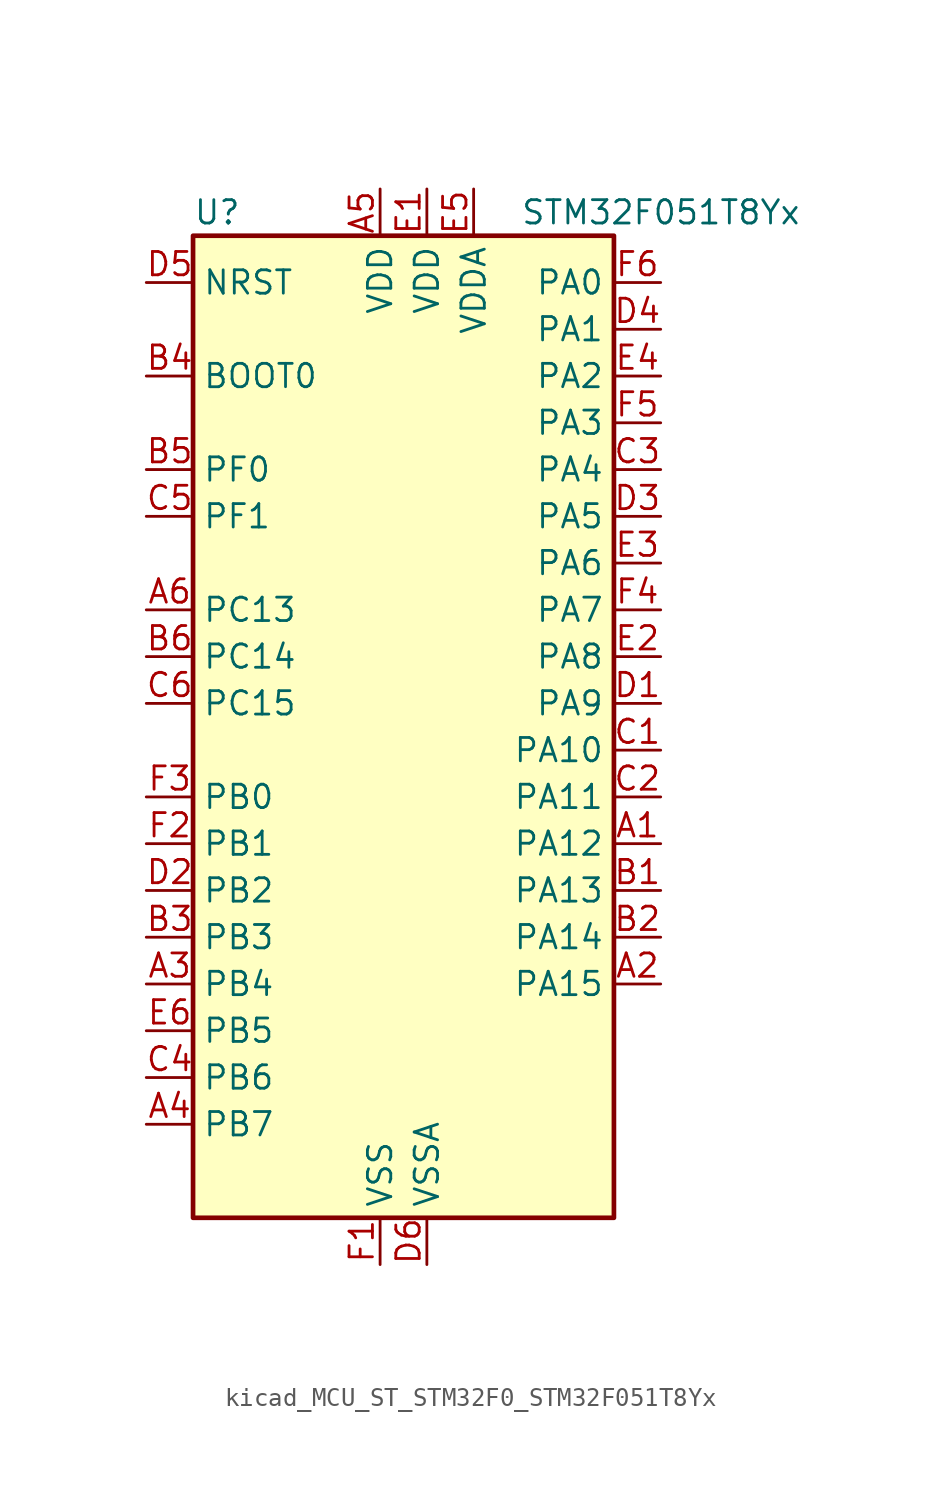
<source format=kicad_sym>
(kicad_symbol_lib
  (version 20220914)
  (generator kicad_symbol_editor)
  (symbol "kicad_MCU_ST_STM32F0_STM32F051T8Yx"
    (property "Reference" "U"
      (at -10.16 29.21 0)
      (effects (font (size 1.27 1.27)) (justify left)))
    (property "Value" "STM32F051T8Yx"
      (at 7.62 29.21 0)
      (effects (font (size 1.27 1.27)) (justify left)))
    (property "ki_locked" ""
      (at 0 0 0)
      (effects (font (size 1.27 1.27))))
    (symbol "kicad_MCU_ST_STM32F0_STM32F051T8Yx_0_1"
      (rectangle (start -10.16 -25.4) (end 12.7 27.94) (stroke (width 0.254) (type default)) (fill (type background))))
    (symbol "kicad_MCU_ST_STM32F0_STM32F051T8Yx_1_1"
      (pin bidirectional line (at 15.24 -5.08 180) (length 2.54) (name "PA12" (effects (font (size 1.27 1.27)))) (number "A1" (effects (font (size 1.27 1.27)))) (alternate "COMP2_OUT" bidirectional line) (alternate "TIM1_ETR" bidirectional line) (alternate "TSC_G4_IO4" bidirectional line) (alternate "USART1_DE" bidirectional line) (alternate "USART1_RTS" bidirectional line))
      (pin bidirectional line (at 15.24 -12.7 180) (length 2.54) (name "PA15" (effects (font (size 1.27 1.27)))) (number "A2" (effects (font (size 1.27 1.27)))) (alternate "I2S1_WS" bidirectional line) (alternate "SPI1_NSS" bidirectional line) (alternate "TIM2_CH1" bidirectional line) (alternate "TIM2_ETR" bidirectional line) (alternate "USART2_RX" bidirectional line))
      (pin bidirectional line (at -12.7 -12.7 0) (length 2.54) (name "PB4" (effects (font (size 1.27 1.27)))) (number "A3" (effects (font (size 1.27 1.27)))) (alternate "I2S1_MCK" bidirectional line) (alternate "SPI1_MISO" bidirectional line) (alternate "TIM3_CH1" bidirectional line) (alternate "TSC_G5_IO2" bidirectional line))
      (pin bidirectional line (at -12.7 -20.32 0) (length 2.54) (name "PB7" (effects (font (size 1.27 1.27)))) (number "A4" (effects (font (size 1.27 1.27)))) (alternate "I2C1_SDA" bidirectional line) (alternate "TIM17_CH1N" bidirectional line) (alternate "TSC_G5_IO4" bidirectional line) (alternate "USART1_RX" bidirectional line))
      (pin power_in line (at 0 30.48 270) (length 2.54) (name "VDD" (effects (font (size 1.27 1.27)))) (number "A5" (effects (font (size 1.27 1.27)))))
      (pin bidirectional line (at -12.7 7.62 0) (length 2.54) (name "PC13" (effects (font (size 1.27 1.27)))) (number "A6" (effects (font (size 1.27 1.27)))) (alternate "RTC_OUT_ALARM" bidirectional line) (alternate "RTC_OUT_CALIB" bidirectional line) (alternate "RTC_TAMP1" bidirectional line) (alternate "RTC_TS" bidirectional line) (alternate "SYS_WKUP2" bidirectional line))
      (pin bidirectional line (at 15.24 -7.62 180) (length 2.54) (name "PA13" (effects (font (size 1.27 1.27)))) (number "B1" (effects (font (size 1.27 1.27)))) (alternate "IR_OUT" bidirectional line) (alternate "SYS_SWDIO" bidirectional line))
      (pin bidirectional line (at 15.24 -10.16 180) (length 2.54) (name "PA14" (effects (font (size 1.27 1.27)))) (number "B2" (effects (font (size 1.27 1.27)))) (alternate "SYS_SWCLK" bidirectional line) (alternate "USART2_TX" bidirectional line))
      (pin bidirectional line (at -12.7 -10.16 0) (length 2.54) (name "PB3" (effects (font (size 1.27 1.27)))) (number "B3" (effects (font (size 1.27 1.27)))) (alternate "I2S1_CK" bidirectional line) (alternate "SPI1_SCK" bidirectional line) (alternate "TIM2_CH2" bidirectional line) (alternate "TSC_G5_IO1" bidirectional line))
      (pin input line (at -12.7 20.32 0) (length 2.54) (name "BOOT0" (effects (font (size 1.27 1.27)))) (number "B4" (effects (font (size 1.27 1.27)))))
      (pin bidirectional line (at -12.7 15.24 0) (length 2.54) (name "PF0" (effects (font (size 1.27 1.27)))) (number "B5" (effects (font (size 1.27 1.27)))) (alternate "RCC_OSC_IN" bidirectional line))
      (pin bidirectional line (at -12.7 5.08 0) (length 2.54) (name "PC14" (effects (font (size 1.27 1.27)))) (number "B6" (effects (font (size 1.27 1.27)))) (alternate "RCC_OSC32_IN" bidirectional line))
      (pin bidirectional line (at 15.24 0 180) (length 2.54) (name "PA10" (effects (font (size 1.27 1.27)))) (number "C1" (effects (font (size 1.27 1.27)))) (alternate "TIM17_BKIN" bidirectional line) (alternate "TIM1_CH3" bidirectional line) (alternate "TSC_G4_IO2" bidirectional line) (alternate "USART1_RX" bidirectional line))
      (pin bidirectional line (at 15.24 -2.54 180) (length 2.54) (name "PA11" (effects (font (size 1.27 1.27)))) (number "C2" (effects (font (size 1.27 1.27)))) (alternate "COMP1_OUT" bidirectional line) (alternate "TIM1_CH4" bidirectional line) (alternate "TSC_G4_IO3" bidirectional line) (alternate "USART1_CTS" bidirectional line))
      (pin bidirectional line (at 15.24 15.24 180) (length 2.54) (name "PA4" (effects (font (size 1.27 1.27)))) (number "C3" (effects (font (size 1.27 1.27)))) (alternate "ADC_IN4" bidirectional line) (alternate "COMP1_INM" bidirectional line) (alternate "COMP2_INM" bidirectional line) (alternate "DAC1_OUT1" bidirectional line) (alternate "I2S1_WS" bidirectional line) (alternate "SPI1_NSS" bidirectional line) (alternate "TIM14_CH1" bidirectional line) (alternate "TSC_G2_IO1" bidirectional line) (alternate "USART2_CK" bidirectional line))
      (pin bidirectional line (at -12.7 -17.78 0) (length 2.54) (name "PB6" (effects (font (size 1.27 1.27)))) (number "C4" (effects (font (size 1.27 1.27)))) (alternate "I2C1_SCL" bidirectional line) (alternate "TIM16_CH1N" bidirectional line) (alternate "TSC_G5_IO3" bidirectional line) (alternate "USART1_TX" bidirectional line))
      (pin bidirectional line (at -12.7 12.7 0) (length 2.54) (name "PF1" (effects (font (size 1.27 1.27)))) (number "C5" (effects (font (size 1.27 1.27)))) (alternate "RCC_OSC_OUT" bidirectional line))
      (pin bidirectional line (at -12.7 2.54 0) (length 2.54) (name "PC15" (effects (font (size 1.27 1.27)))) (number "C6" (effects (font (size 1.27 1.27)))) (alternate "RCC_OSC32_OUT" bidirectional line))
      (pin bidirectional line (at 15.24 2.54 180) (length 2.54) (name "PA9" (effects (font (size 1.27 1.27)))) (number "D1" (effects (font (size 1.27 1.27)))) (alternate "DAC1_EXTI9" bidirectional line) (alternate "TIM15_BKIN" bidirectional line) (alternate "TIM1_CH2" bidirectional line) (alternate "TSC_G4_IO1" bidirectional line) (alternate "USART1_TX" bidirectional line))
      (pin bidirectional line (at -12.7 -7.62 0) (length 2.54) (name "PB2" (effects (font (size 1.27 1.27)))) (number "D2" (effects (font (size 1.27 1.27)))) (alternate "TSC_G3_IO4" bidirectional line))
      (pin bidirectional line (at 15.24 12.7 180) (length 2.54) (name "PA5" (effects (font (size 1.27 1.27)))) (number "D3" (effects (font (size 1.27 1.27)))) (alternate "ADC_IN5" bidirectional line) (alternate "CEC" bidirectional line) (alternate "COMP1_INM" bidirectional line) (alternate "COMP2_INM" bidirectional line) (alternate "I2S1_CK" bidirectional line) (alternate "SPI1_SCK" bidirectional line) (alternate "TIM2_CH1" bidirectional line) (alternate "TIM2_ETR" bidirectional line) (alternate "TSC_G2_IO2" bidirectional line))
      (pin bidirectional line (at 15.24 22.86 180) (length 2.54) (name "PA1" (effects (font (size 1.27 1.27)))) (number "D4" (effects (font (size 1.27 1.27)))) (alternate "ADC_IN1" bidirectional line) (alternate "COMP1_INP" bidirectional line) (alternate "TIM2_CH2" bidirectional line) (alternate "TSC_G1_IO2" bidirectional line) (alternate "USART2_DE" bidirectional line) (alternate "USART2_RTS" bidirectional line))
      (pin input line (at -12.7 25.4 0) (length 2.54) (name "NRST" (effects (font (size 1.27 1.27)))) (number "D5" (effects (font (size 1.27 1.27)))))
      (pin power_in line (at 2.54 -27.94 90) (length 2.54) (name "VSSA" (effects (font (size 1.27 1.27)))) (number "D6" (effects (font (size 1.27 1.27)))))
      (pin power_in line (at 2.54 30.48 270) (length 2.54) (name "VDD" (effects (font (size 1.27 1.27)))) (number "E1" (effects (font (size 1.27 1.27)))))
      (pin bidirectional line (at 15.24 5.08 180) (length 2.54) (name "PA8" (effects (font (size 1.27 1.27)))) (number "E2" (effects (font (size 1.27 1.27)))) (alternate "RCC_MCO" bidirectional line) (alternate "TIM1_CH1" bidirectional line) (alternate "USART1_CK" bidirectional line))
      (pin bidirectional line (at 15.24 10.16 180) (length 2.54) (name "PA6" (effects (font (size 1.27 1.27)))) (number "E3" (effects (font (size 1.27 1.27)))) (alternate "ADC_IN6" bidirectional line) (alternate "COMP1_OUT" bidirectional line) (alternate "I2S1_MCK" bidirectional line) (alternate "SPI1_MISO" bidirectional line) (alternate "TIM16_CH1" bidirectional line) (alternate "TIM1_BKIN" bidirectional line) (alternate "TIM3_CH1" bidirectional line) (alternate "TSC_G2_IO3" bidirectional line))
      (pin bidirectional line (at 15.24 20.32 180) (length 2.54) (name "PA2" (effects (font (size 1.27 1.27)))) (number "E4" (effects (font (size 1.27 1.27)))) (alternate "ADC_IN2" bidirectional line) (alternate "COMP2_INM" bidirectional line) (alternate "COMP2_OUT" bidirectional line) (alternate "TIM15_CH1" bidirectional line) (alternate "TIM2_CH3" bidirectional line) (alternate "TSC_G1_IO3" bidirectional line) (alternate "USART2_TX" bidirectional line))
      (pin power_in line (at 5.08 30.48 270) (length 2.54) (name "VDDA" (effects (font (size 1.27 1.27)))) (number "E5" (effects (font (size 1.27 1.27)))))
      (pin bidirectional line (at -12.7 -15.24 0) (length 2.54) (name "PB5" (effects (font (size 1.27 1.27)))) (number "E6" (effects (font (size 1.27 1.27)))) (alternate "I2C1_SMBA" bidirectional line) (alternate "I2S1_SD" bidirectional line) (alternate "SPI1_MOSI" bidirectional line) (alternate "TIM16_BKIN" bidirectional line) (alternate "TIM3_CH2" bidirectional line))
      (pin power_in line (at 0 -27.94 90) (length 2.54) (name "VSS" (effects (font (size 1.27 1.27)))) (number "F1" (effects (font (size 1.27 1.27)))))
      (pin bidirectional line (at -12.7 -5.08 0) (length 2.54) (name "PB1" (effects (font (size 1.27 1.27)))) (number "F2" (effects (font (size 1.27 1.27)))) (alternate "ADC_IN9" bidirectional line) (alternate "TIM14_CH1" bidirectional line) (alternate "TIM1_CH3N" bidirectional line) (alternate "TIM3_CH4" bidirectional line) (alternate "TSC_G3_IO3" bidirectional line))
      (pin bidirectional line (at -12.7 -2.54 0) (length 2.54) (name "PB0" (effects (font (size 1.27 1.27)))) (number "F3" (effects (font (size 1.27 1.27)))) (alternate "ADC_IN8" bidirectional line) (alternate "TIM1_CH2N" bidirectional line) (alternate "TIM3_CH3" bidirectional line) (alternate "TSC_G3_IO2" bidirectional line))
      (pin bidirectional line (at 15.24 7.62 180) (length 2.54) (name "PA7" (effects (font (size 1.27 1.27)))) (number "F4" (effects (font (size 1.27 1.27)))) (alternate "ADC_IN7" bidirectional line) (alternate "COMP2_OUT" bidirectional line) (alternate "I2S1_SD" bidirectional line) (alternate "SPI1_MOSI" bidirectional line) (alternate "TIM14_CH1" bidirectional line) (alternate "TIM17_CH1" bidirectional line) (alternate "TIM1_CH1N" bidirectional line) (alternate "TIM3_CH2" bidirectional line) (alternate "TSC_G2_IO4" bidirectional line))
      (pin bidirectional line (at 15.24 17.78 180) (length 2.54) (name "PA3" (effects (font (size 1.27 1.27)))) (number "F5" (effects (font (size 1.27 1.27)))) (alternate "ADC_IN3" bidirectional line) (alternate "COMP2_INP" bidirectional line) (alternate "TIM15_CH2" bidirectional line) (alternate "TIM2_CH4" bidirectional line) (alternate "TSC_G1_IO4" bidirectional line) (alternate "USART2_RX" bidirectional line))
      (pin bidirectional line (at 15.24 25.4 180) (length 2.54) (name "PA0" (effects (font (size 1.27 1.27)))) (number "F6" (effects (font (size 1.27 1.27)))) (alternate "ADC_IN0" bidirectional line) (alternate "COMP1_INM" bidirectional line) (alternate "COMP1_OUT" bidirectional line) (alternate "RTC_TAMP2" bidirectional line) (alternate "SYS_WKUP1" bidirectional line) (alternate "TIM2_CH1" bidirectional line) (alternate "TIM2_ETR" bidirectional line) (alternate "TSC_G1_IO1" bidirectional line) (alternate "USART2_CTS" bidirectional line)))))
</source>
